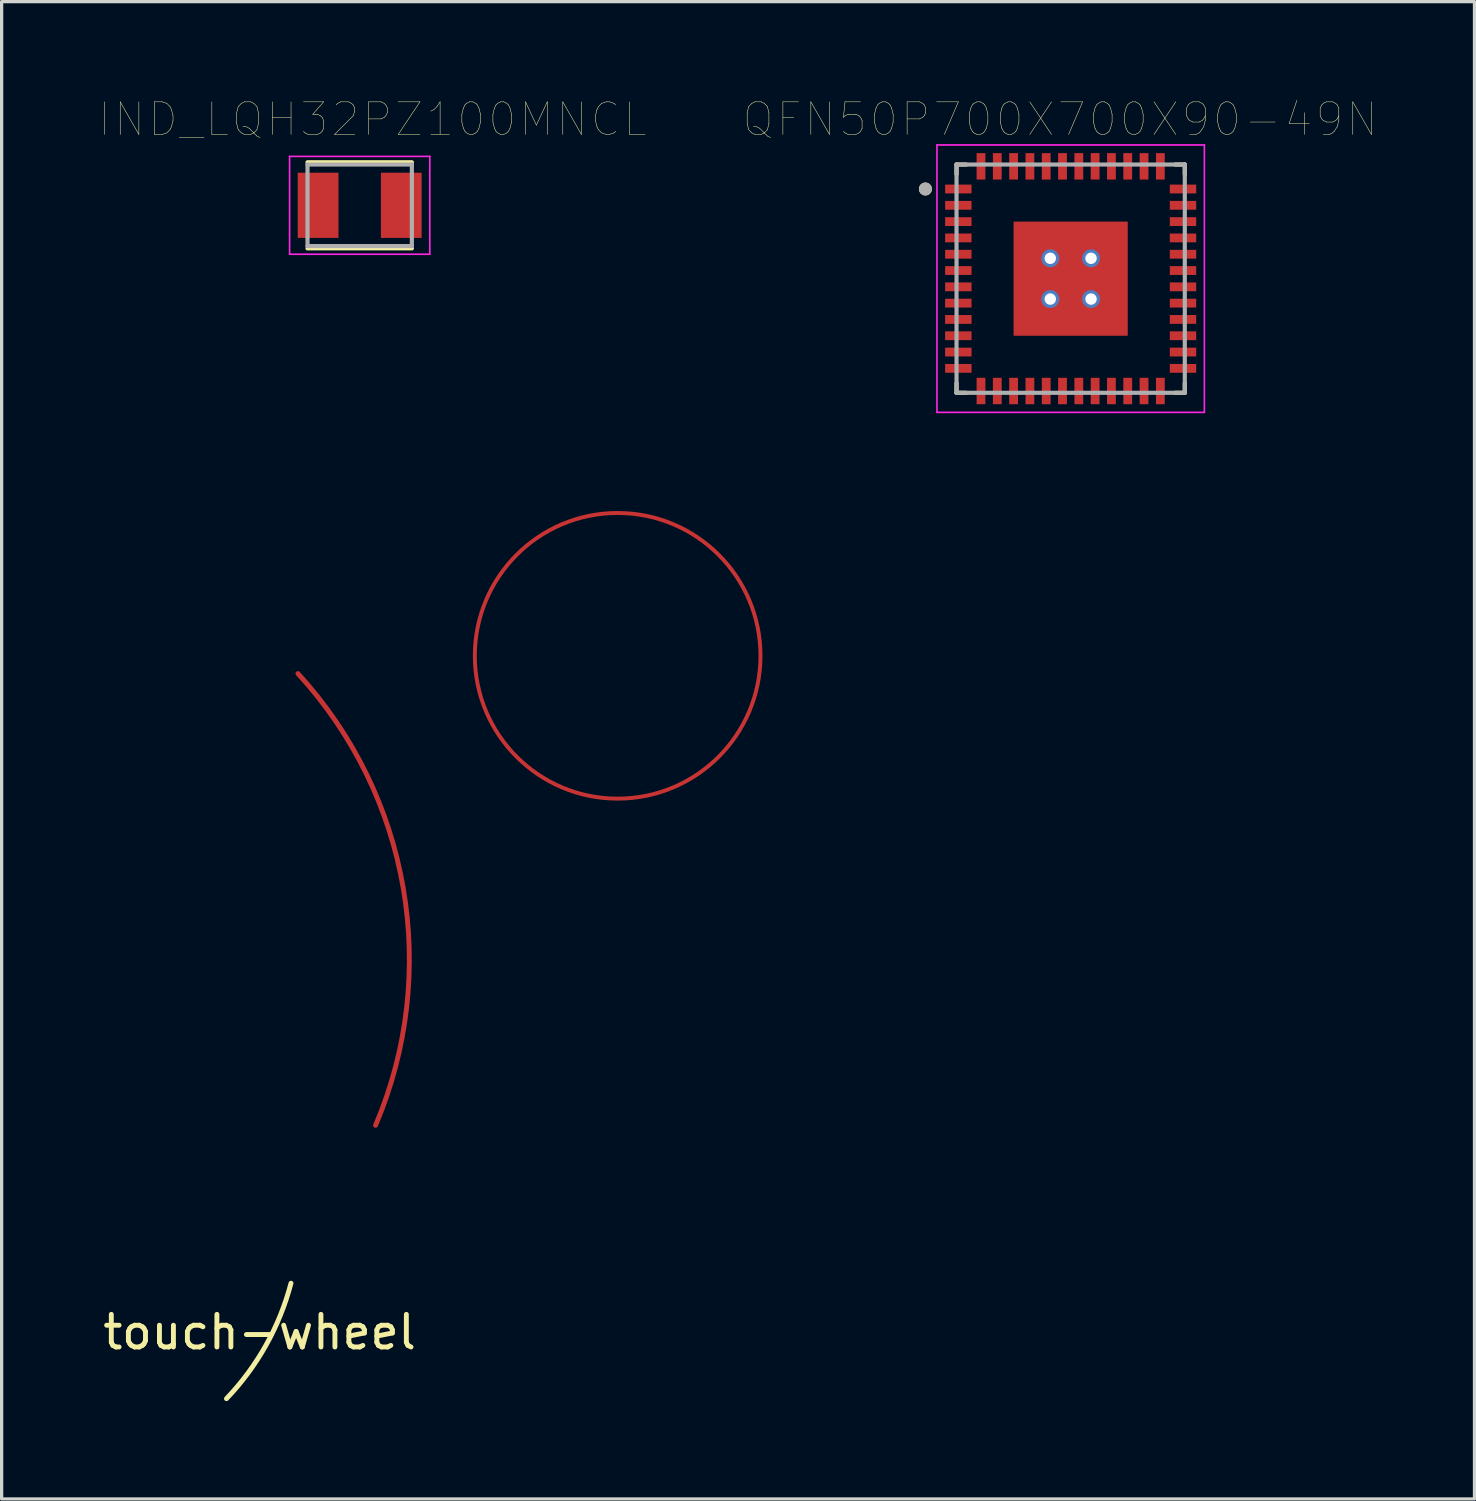
<source format=kicad_pcb>
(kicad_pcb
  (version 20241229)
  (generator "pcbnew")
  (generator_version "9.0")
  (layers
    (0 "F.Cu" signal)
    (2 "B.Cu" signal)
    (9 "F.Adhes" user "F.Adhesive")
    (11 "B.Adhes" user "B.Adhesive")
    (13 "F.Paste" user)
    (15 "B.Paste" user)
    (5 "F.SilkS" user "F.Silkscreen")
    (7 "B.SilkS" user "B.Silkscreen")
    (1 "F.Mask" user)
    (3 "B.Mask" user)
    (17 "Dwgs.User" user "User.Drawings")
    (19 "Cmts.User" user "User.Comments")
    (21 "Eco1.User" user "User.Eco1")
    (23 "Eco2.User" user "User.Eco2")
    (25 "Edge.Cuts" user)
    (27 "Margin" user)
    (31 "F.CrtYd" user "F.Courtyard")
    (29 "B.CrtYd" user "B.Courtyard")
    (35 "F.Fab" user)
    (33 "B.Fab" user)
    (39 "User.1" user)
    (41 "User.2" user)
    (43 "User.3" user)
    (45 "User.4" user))
  (footprint "IND_LQH32PZ100MNCL"
    (layer "F.Cu")
    (at 7.98 3.246)
    (property "Reference" "IND_LQH32PZ100MNCL" (at 0.395 -2.635 0) (layer "F.SilkS") (effects (font (size 1 1) (thickness 0.015))))
    (attr through_hole)
    (fp_line (start -1.6 -1.32) (end 1.6 -1.32) (stroke (width 0.127) (type solid)) (layer "F.SilkS"))
    (fp_line (start -1.6 1.32) (end 1.6 1.32) (stroke (width 0.127) (type solid)) (layer "F.SilkS"))
    (fp_line (start -2.15 -1.5) (end 2.15 -1.5) (stroke (width 0.05) (type solid)) (layer "F.CrtYd"))
    (fp_line (start -2.15 1.5) (end -2.15 -1.5) (stroke (width 0.05) (type solid)) (layer "F.CrtYd"))
    (fp_line (start 2.15 -1.5) (end 2.15 1.5) (stroke (width 0.05) (type solid)) (layer "F.CrtYd"))
    (fp_line (start 2.15 1.5) (end -2.15 1.5) (stroke (width 0.05) (type solid)) (layer "F.CrtYd"))
    (fp_line (start -1.6 -1.25) (end 1.6 -1.25) (stroke (width 0.127) (type solid)) (layer "F.Fab"))
    (fp_line (start -1.6 1.25) (end -1.6 -1.25) (stroke (width 0.127) (type solid)) (layer "F.Fab"))
    (fp_line (start 1.6 -1.25) (end 1.6 1.25) (stroke (width 0.127) (type solid)) (layer "F.Fab"))
    (fp_line (start 1.6 1.25) (end -1.6 1.25) (stroke (width 0.127) (type solid)) (layer "F.Fab"))
    (pad "1" smd rect (at -1.275 0) (size 1.25 2) (layers "F.Cu" "F.Mask" "F.Paste"))
    (pad "2" smd rect (at 1.275 0) (size 1.25 2) (layers "F.Cu" "F.Mask" "F.Paste")))
  (footprint "touch-wheel"
    (layer "F.Cu")
    (at 4.911 37.301)
    (property "Reference" "touch-wheel" (at 0 0.5 0) (layer "F.SilkS") (effects (font (size 1 1) (thickness 0.15))))
    (attr through_hole)
    (fp_arc (start 1.175912 -19.695171) (mid 4.40456 -13.118835) (end 3.555999 -5.842001) (stroke (width 0.15) (type solid)) (layer "F.Cu"))
    (fp_circle (center 10.98 -20.24) (end 15.36 -20.24) (stroke (width 0.12) (type solid)) (fill no) (layer "F.Cu"))
    (fp_arc (start 0.962454 -0.999786) (mid 0.198782 0.896174) (end -1.016001 2.539999) (stroke (width 0.15) (type solid)) (layer "F.SilkS")))
  (footprint "QFN50P700X700X90-49N"
    (layer "F.Cu")
    (at 29.783 5.496)
    (property "Reference" "QFN50P700X700X90-49N" (at -0.325 -4.885 0) (layer "F.SilkS") (effects (font (size 1 1) (thickness 0.015))))
    (attr through_hole)
    (fp_line (start -3.5 -3.5) (end -3.5 -3.205) (stroke (width 0.127) (type solid)) (layer "F.SilkS"))
    (fp_line (start -3.5 -3.5) (end -3.205 -3.5) (stroke (width 0.127) (type solid)) (layer "F.SilkS"))
    (fp_line (start -3.5 3.5) (end -3.5 3.205) (stroke (width 0.127) (type solid)) (layer "F.SilkS"))
    (fp_line (start -3.5 3.5) (end -3.205 3.5) (stroke (width 0.127) (type solid)) (layer "F.SilkS"))
    (fp_line (start 3.5 -3.5) (end 3.205 -3.5) (stroke (width 0.127) (type solid)) (layer "F.SilkS"))
    (fp_line (start 3.5 -3.5) (end 3.5 -3.205) (stroke (width 0.127) (type solid)) (layer "F.SilkS"))
    (fp_line (start 3.5 3.5) (end 3.205 3.5) (stroke (width 0.127) (type solid)) (layer "F.SilkS"))
    (fp_line (start 3.5 3.5) (end 3.5 3.205) (stroke (width 0.127) (type solid)) (layer "F.SilkS"))
    (fp_circle (center -4.455 -2.75) (end -4.355 -2.75) (stroke (width 0.2) (type solid)) (fill no) (layer "F.SilkS"))
    (fp_poly (pts (xy -1.125 -1.125) (xy -0.125 -1.125) (xy -0.125 -0.125) (xy -1.125 -0.125)) (stroke (width 0.01) (type solid)) (fill yes) (layer "F.Paste"))
    (fp_poly (pts (xy -1.125 0.125) (xy -0.125 0.125) (xy -0.125 1.125) (xy -1.125 1.125)) (stroke (width 0.01) (type solid)) (fill yes) (layer "F.Paste"))
    (fp_poly (pts (xy 0.125 -1.125) (xy 1.125 -1.125) (xy 1.125 -0.125) (xy 0.125 -0.125)) (stroke (width 0.01) (type solid)) (fill yes) (layer "F.Paste"))
    (fp_poly (pts (xy 0.125 0.125) (xy 1.125 0.125) (xy 1.125 1.125) (xy 0.125 1.125)) (stroke (width 0.01) (type solid)) (fill yes) (layer "F.Paste"))
    (fp_line (start -4.1 -4.1) (end 4.1 -4.1) (stroke (width 0.05) (type solid)) (layer "F.CrtYd"))
    (fp_line (start -4.1 4.1) (end -4.1 -4.1) (stroke (width 0.05) (type solid)) (layer "F.CrtYd"))
    (fp_line (start -4.1 4.1) (end 4.1 4.1) (stroke (width 0.05) (type solid)) (layer "F.CrtYd"))
    (fp_line (start 4.1 4.1) (end 4.1 -4.1) (stroke (width 0.05) (type solid)) (layer "F.CrtYd"))
    (fp_line (start -3.5 3.5) (end -3.5 -3.5) (stroke (width 0.127) (type solid)) (layer "F.Fab"))
    (fp_line (start 3.5 -3.5) (end -3.5 -3.5) (stroke (width 0.127) (type solid)) (layer "F.Fab"))
    (fp_line (start 3.5 3.5) (end -3.5 3.5) (stroke (width 0.127) (type solid)) (layer "F.Fab"))
    (fp_line (start 3.5 3.5) (end 3.5 -3.5) (stroke (width 0.127) (type solid)) (layer "F.Fab"))
    (fp_circle (center -4.455 -2.75) (end -4.355 -2.75) (stroke (width 0.2) (type solid)) (fill no) (layer "F.Fab"))
    (pad "1" smd rect (at -3.445 -2.75) (size 0.81 0.27) (layers "F.Cu" "F.Mask" "F.Paste"))
    (pad "2" smd rect (at -3.445 -2.25) (size 0.81 0.27) (layers "F.Cu" "F.Mask" "F.Paste"))
    (pad "3" smd rect (at -3.445 -1.75) (size 0.81 0.27) (layers "F.Cu" "F.Mask" "F.Paste"))
    (pad "4" smd rect (at -3.445 -1.25) (size 0.81 0.27) (layers "F.Cu" "F.Mask" "F.Paste"))
    (pad "5" smd rect (at -3.445 -0.75) (size 0.81 0.27) (layers "F.Cu" "F.Mask" "F.Paste"))
    (pad "6" smd rect (at -3.445 -0.25) (size 0.81 0.27) (layers "F.Cu" "F.Mask" "F.Paste"))
    (pad "7" smd rect (at -3.445 0.25) (size 0.81 0.27) (layers "F.Cu" "F.Mask" "F.Paste"))
    (pad "8" smd rect (at -3.445 0.75) (size 0.81 0.27) (layers "F.Cu" "F.Mask" "F.Paste"))
    (pad "9" smd rect (at -3.445 1.25) (size 0.81 0.27) (layers "F.Cu" "F.Mask" "F.Paste"))
    (pad "10" smd rect (at -3.445 1.75) (size 0.81 0.27) (layers "F.Cu" "F.Mask" "F.Paste"))
    (pad "11" smd rect (at -3.445 2.25) (size 0.81 0.27) (layers "F.Cu" "F.Mask" "F.Paste"))
    (pad "12" smd rect (at -3.445 2.75) (size 0.81 0.27) (layers "F.Cu" "F.Mask" "F.Paste"))
    (pad "13" smd rect (at -2.75 3.445) (size 0.27 0.81) (layers "F.Cu" "F.Mask" "F.Paste"))
    (pad "14" smd rect (at -2.25 3.445) (size 0.27 0.81) (layers "F.Cu" "F.Mask" "F.Paste"))
    (pad "15" smd rect (at -1.75 3.445) (size 0.27 0.81) (layers "F.Cu" "F.Mask" "F.Paste"))
    (pad "16" smd rect (at -1.25 3.445) (size 0.27 0.81) (layers "F.Cu" "F.Mask" "F.Paste"))
    (pad "17" smd rect (at -0.75 3.445) (size 0.27 0.81) (layers "F.Cu" "F.Mask" "F.Paste"))
    (pad "18" smd rect (at -0.25 3.445) (size 0.27 0.81) (layers "F.Cu" "F.Mask" "F.Paste"))
    (pad "19" smd rect (at 0.25 3.445) (size 0.27 0.81) (layers "F.Cu" "F.Mask" "F.Paste"))
    (pad "20" smd rect (at 0.75 3.445) (size 0.27 0.81) (layers "F.Cu" "F.Mask" "F.Paste"))
    (pad "21" smd rect (at 1.25 3.445) (size 0.27 0.81) (layers "F.Cu" "F.Mask" "F.Paste"))
    (pad "22" smd rect (at 1.75 3.445) (size 0.27 0.81) (layers "F.Cu" "F.Mask" "F.Paste"))
    (pad "23" smd rect (at 2.25 3.445) (size 0.27 0.81) (layers "F.Cu" "F.Mask" "F.Paste"))
    (pad "24" smd rect (at 2.75 3.445) (size 0.27 0.81) (layers "F.Cu" "F.Mask" "F.Paste"))
    (pad "25" smd rect (at 3.445 2.75) (size 0.81 0.27) (layers "F.Cu" "F.Mask" "F.Paste"))
    (pad "26" smd rect (at 3.445 2.25) (size 0.81 0.27) (layers "F.Cu" "F.Mask" "F.Paste"))
    (pad "27" smd rect (at 3.445 1.75) (size 0.81 0.27) (layers "F.Cu" "F.Mask" "F.Paste"))
    (pad "28" smd rect (at 3.445 1.25) (size 0.81 0.27) (layers "F.Cu" "F.Mask" "F.Paste"))
    (pad "29" smd rect (at 3.445 0.75) (size 0.81 0.27) (layers "F.Cu" "F.Mask" "F.Paste"))
    (pad "30" smd rect (at 3.445 0.25) (size 0.81 0.27) (layers "F.Cu" "F.Mask" "F.Paste"))
    (pad "31" smd rect (at 3.445 -0.25) (size 0.81 0.27) (layers "F.Cu" "F.Mask" "F.Paste"))
    (pad "32" smd rect (at 3.445 -0.75) (size 0.81 0.27) (layers "F.Cu" "F.Mask" "F.Paste"))
    (pad "33" smd rect (at 3.445 -1.25) (size 0.81 0.27) (layers "F.Cu" "F.Mask" "F.Paste"))
    (pad "34" smd rect (at 3.445 -1.75) (size 0.81 0.27) (layers "F.Cu" "F.Mask" "F.Paste"))
    (pad "35" smd rect (at 3.445 -2.25) (size 0.81 0.27) (layers "F.Cu" "F.Mask" "F.Paste"))
    (pad "36" smd rect (at 3.445 -2.75) (size 0.81 0.27) (layers "F.Cu" "F.Mask" "F.Paste"))
    (pad "37" smd rect (at 2.75 -3.445) (size 0.27 0.81) (layers "F.Cu" "F.Mask" "F.Paste"))
    (pad "38" smd rect (at 2.25 -3.445) (size 0.27 0.81) (layers "F.Cu" "F.Mask" "F.Paste"))
    (pad "39" smd rect (at 1.75 -3.445) (size 0.27 0.81) (layers "F.Cu" "F.Mask" "F.Paste"))
    (pad "40" smd rect (at 1.25 -3.445) (size 0.27 0.81) (layers "F.Cu" "F.Mask" "F.Paste"))
    (pad "41" smd rect (at 0.75 -3.445) (size 0.27 0.81) (layers "F.Cu" "F.Mask" "F.Paste"))
    (pad "42" smd rect (at 0.25 -3.445) (size 0.27 0.81) (layers "F.Cu" "F.Mask" "F.Paste"))
    (pad "43" smd rect (at -0.25 -3.445) (size 0.27 0.81) (layers "F.Cu" "F.Mask" "F.Paste"))
    (pad "44" smd rect (at -0.75 -3.445) (size 0.27 0.81) (layers "F.Cu" "F.Mask" "F.Paste"))
    (pad "45" smd rect (at -1.25 -3.445) (size 0.27 0.81) (layers "F.Cu" "F.Mask" "F.Paste"))
    (pad "46" smd rect (at -1.75 -3.445) (size 0.27 0.81) (layers "F.Cu" "F.Mask" "F.Paste"))
    (pad "47" smd rect (at -2.25 -3.445) (size 0.27 0.81) (layers "F.Cu" "F.Mask" "F.Paste"))
    (pad "48" smd rect (at -2.75 -3.445) (size 0.27 0.81) (layers "F.Cu" "F.Mask" "F.Paste"))
    (pad "49" smd rect (at 0 0) (size 3.5 3.5) (layers "F.Cu" "F.Mask"))
    (pad "50" thru_hole circle (at -0.625 -0.625) (size 0.55 0.55) (drill 0.35) (layers "*.Cu" "*.Mask"))
    (pad "51" thru_hole circle (at 0.625 -0.625) (size 0.55 0.55) (drill 0.35) (layers "*.Cu" "*.Mask"))
    (pad "52" thru_hole circle (at -0.625 0.625) (size 0.55 0.55) (drill 0.35) (layers "*.Cu" "*.Mask"))
    (pad "53" thru_hole circle (at 0.625 0.625) (size 0.55 0.55) (drill 0.35) (layers "*.Cu" "*.Mask")))
  (gr_rect
    (start -3 -3)
    (end 42.166 42.916)
    (stroke (width 0.1) (type default))
    (fill no)
    (layer "Edge.Cuts")))
</source>
